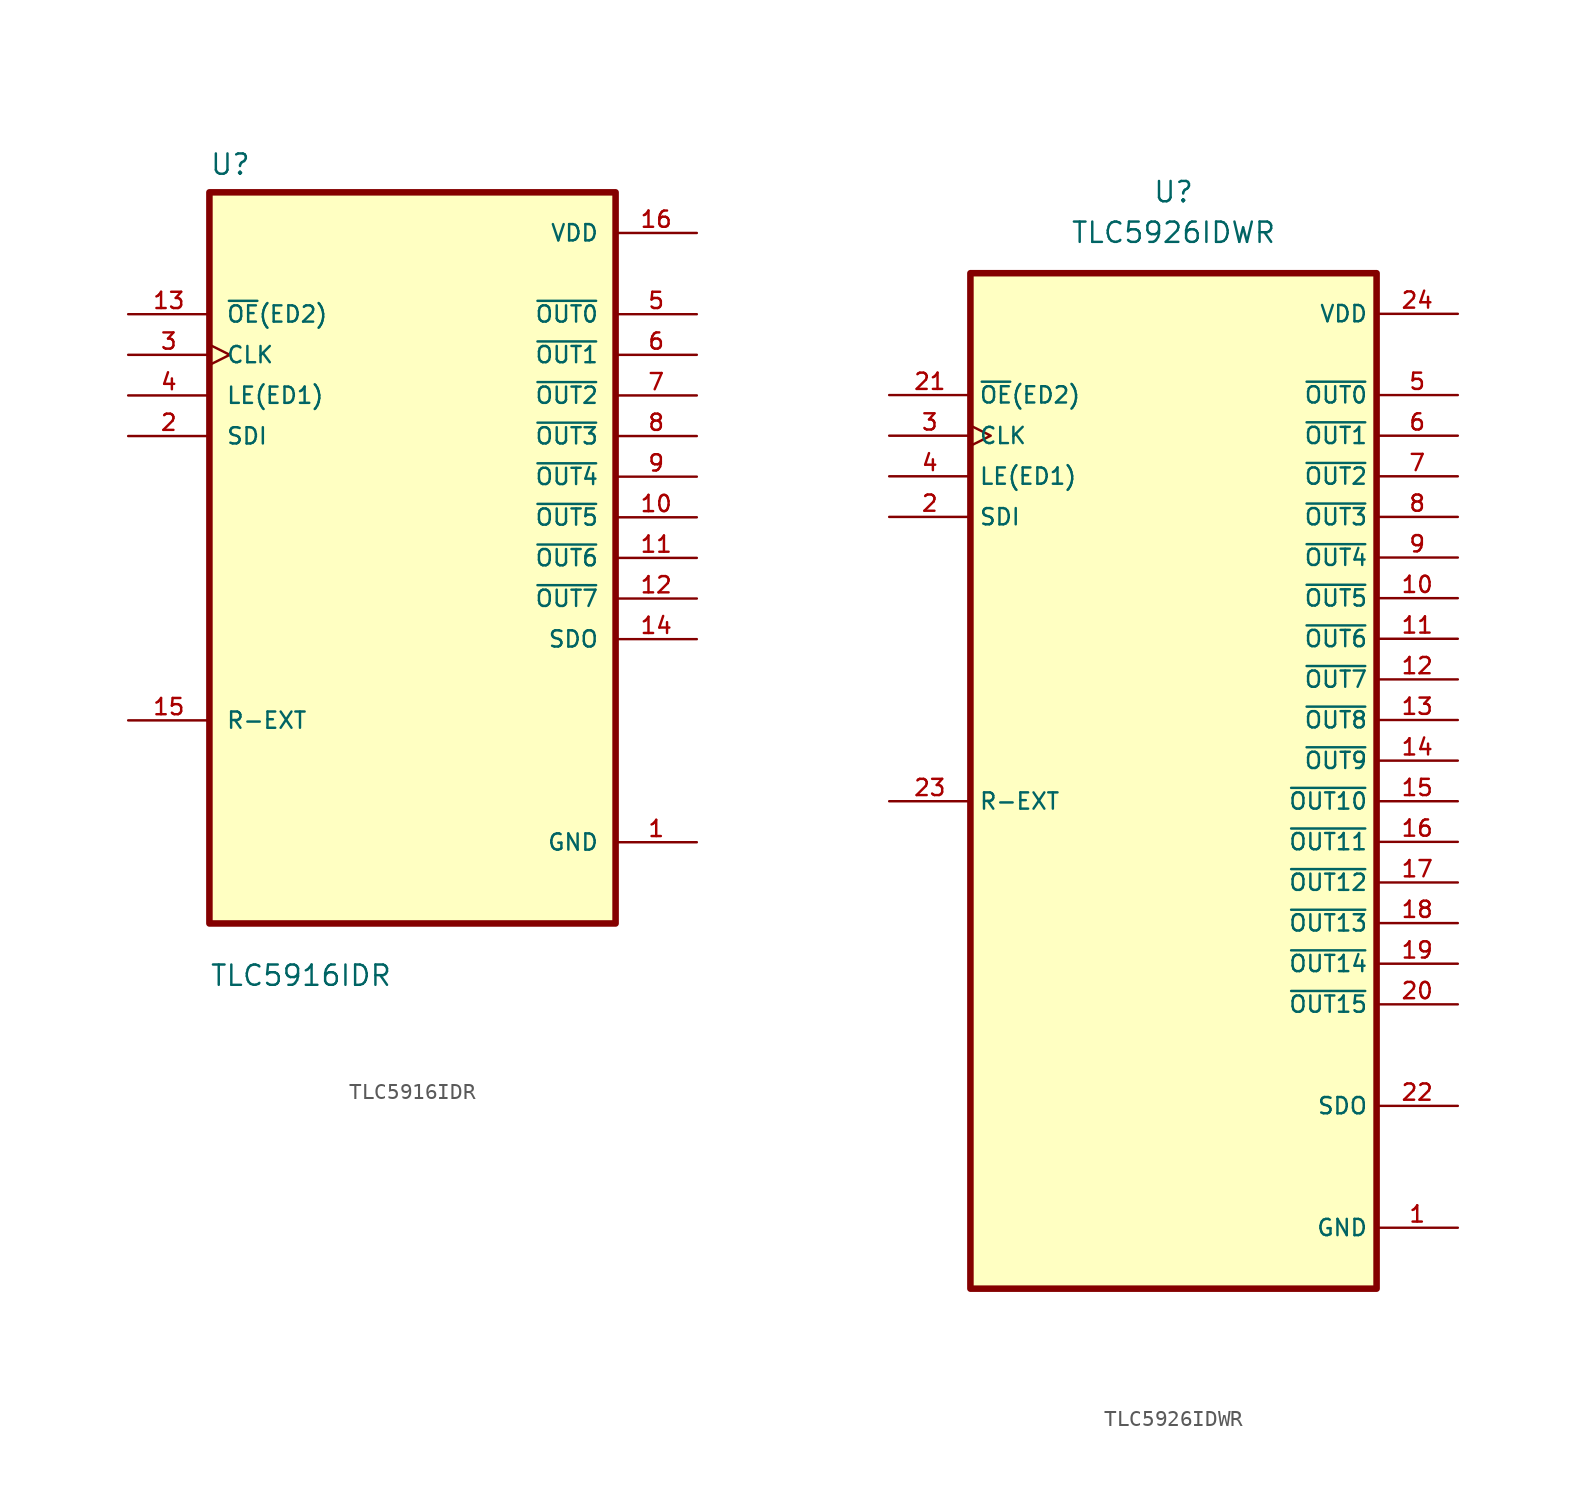
<source format=kicad_sym>
(kicad_symbol_lib
  (version 20211014)
  (generator kicad_symbol_editor)
  (symbol "TLC5916IDR"
    (pin_names
      (offset 1.016))
    (property "Reference" "U"
      (at -12.7 23.86 0)
      (effects (font (size 1.27 1.27)) (justify left bottom)))
    (property "Value" "TLC5916IDR"
      (at -12.7 -26.86 0)
      (effects (font (size 1.27 1.27)) (justify left bottom)))
    (symbol "TLC5916IDR_0_0"
      (rectangle (start -12.7 -22.86) (end 12.7 22.86) (stroke (width 0.41) (type default) (color 0 0 0 0)) (fill (type background)))
      (pin power_in line (at 17.78 -17.78 180) (length 5.08) (name "GND" (effects (font (size 1.016 1.016)))) (number "1" (effects (font (size 1.016 1.016)))))
      (pin output line (at 17.78 2.54 180) (length 5.08) (name "~{OUT5}" (effects (font (size 1.016 1.016)))) (number "10" (effects (font (size 1.016 1.016)))))
      (pin output line (at 17.78 0 180) (length 5.08) (name "~{OUT6}" (effects (font (size 1.016 1.016)))) (number "11" (effects (font (size 1.016 1.016)))))
      (pin output line (at 17.78 -2.54 180) (length 5.08) (name "~{OUT7}" (effects (font (size 1.016 1.016)))) (number "12" (effects (font (size 1.016 1.016)))))
      (pin input line (at -17.78 15.24 0) (length 5.08) (name "~{OE}(ED2)" (effects (font (size 1.016 1.016)))) (number "13" (effects (font (size 1.016 1.016)))))
      (pin output line (at 17.78 -5.08 180) (length 5.08) (name "SDO" (effects (font (size 1.016 1.016)))) (number "14" (effects (font (size 1.016 1.016)))))
      (pin bidirectional line (at -17.78 -10.16 0) (length 5.08) (name "R-EXT" (effects (font (size 1.016 1.016)))) (number "15" (effects (font (size 1.016 1.016)))))
      (pin power_in line (at 17.78 20.32 180) (length 5.08) (name "VDD" (effects (font (size 1.016 1.016)))) (number "16" (effects (font (size 1.016 1.016)))))
      (pin input line (at -17.78 7.62 0) (length 5.08) (name "SDI" (effects (font (size 1.016 1.016)))) (number "2" (effects (font (size 1.016 1.016)))))
      (pin input clock (at -17.78 12.7 0) (length 5.08) (name "CLK" (effects (font (size 1.016 1.016)))) (number "3" (effects (font (size 1.016 1.016)))))
      (pin input line (at -17.78 10.16 0) (length 5.08) (name "LE(ED1)" (effects (font (size 1.016 1.016)))) (number "4" (effects (font (size 1.016 1.016)))))
      (pin output line (at 17.78 15.24 180) (length 5.08) (name "~{OUT0}" (effects (font (size 1.016 1.016)))) (number "5" (effects (font (size 1.016 1.016)))))
      (pin output line (at 17.78 12.7 180) (length 5.08) (name "~{OUT1}" (effects (font (size 1.016 1.016)))) (number "6" (effects (font (size 1.016 1.016)))))
      (pin output line (at 17.78 10.16 180) (length 5.08) (name "~{OUT2}" (effects (font (size 1.016 1.016)))) (number "7" (effects (font (size 1.016 1.016)))))
      (pin output line (at 17.78 7.62 180) (length 5.08) (name "~{OUT3}" (effects (font (size 1.016 1.016)))) (number "8" (effects (font (size 1.016 1.016)))))
      (pin output line (at 17.78 5.08 180) (length 5.08) (name "~{OUT4}" (effects (font (size 1.016 1.016)))) (number "9" (effects (font (size 1.016 1.016)))))))
  (symbol "TLC5926IDWR"
    (property "Reference" "U"
      (at 0 27.94 0)
      (effects (font (size 1.27 1.27))))
    (property "Value" "TLC5926IDWR"
      (at 0 25.4 0)
      (effects (font (size 1.27 1.27))))
    (symbol "TLC5926IDWR_0_0"
      (rectangle (start -12.7 22.86) (end 12.7 -40.64) (stroke (width 0.41) (type default) (color 0 0 0 0)) (fill (type background)))
      (pin power_in line (at 17.78 -36.83 180) (length 5.08) (name "GND" (effects (font (size 1.016 1.016)))) (number "1" (effects (font (size 1.016 1.016)))))
      (pin output line (at 17.78 2.54 180) (length 5.08) (name "~{OUT5}" (effects (font (size 1.016 1.016)))) (number "10" (effects (font (size 1.016 1.016)))))
      (pin output line (at 17.78 0 180) (length 5.08) (name "~{OUT6}" (effects (font (size 1.016 1.016)))) (number "11" (effects (font (size 1.016 1.016)))))
      (pin output line (at 17.78 -2.54 180) (length 5.08) (name "~{OUT7}" (effects (font (size 1.016 1.016)))) (number "12" (effects (font (size 1.016 1.016)))))
      (pin output line (at 17.78 -5.08 180) (length 5.08) (name "~{OUT8}" (effects (font (size 1.016 1.016)))) (number "13" (effects (font (size 1.016 1.016)))))
      (pin output line (at 17.78 -7.62 180) (length 5.08) (name "~{OUT9}" (effects (font (size 1.016 1.016)))) (number "14" (effects (font (size 1.016 1.016)))))
      (pin output line (at 17.78 -10.16 180) (length 5.08) (name "~{OUT10}" (effects (font (size 1.016 1.016)))) (number "15" (effects (font (size 1.016 1.016)))))
      (pin output line (at 17.78 -12.7 180) (length 5.08) (name "~{OUT11}" (effects (font (size 1.016 1.016)))) (number "16" (effects (font (size 1.016 1.016)))))
      (pin output line (at 17.78 -15.24 180) (length 5.08) (name "~{OUT12}" (effects (font (size 1.016 1.016)))) (number "17" (effects (font (size 1.016 1.016)))))
      (pin output line (at 17.78 -17.78 180) (length 5.08) (name "~{OUT13}" (effects (font (size 1.016 1.016)))) (number "18" (effects (font (size 1.016 1.016)))))
      (pin output line (at 17.78 -20.32 180) (length 5.08) (name "~{OUT14}" (effects (font (size 1.016 1.016)))) (number "19" (effects (font (size 1.016 1.016)))))
      (pin input line (at -17.78 7.62 0) (length 5.08) (name "SDI" (effects (font (size 1.016 1.016)))) (number "2" (effects (font (size 1.016 1.016)))))
      (pin output line (at 17.78 -22.86 180) (length 5.08) (name "~{OUT15}" (effects (font (size 1.016 1.016)))) (number "20" (effects (font (size 1.016 1.016)))))
      (pin input line (at -17.78 15.24 0) (length 5.08) (name "~{OE}(ED2)" (effects (font (size 1.016 1.016)))) (number "21" (effects (font (size 1.016 1.016)))))
      (pin output line (at 17.78 -29.21 180) (length 5.08) (name "SDO" (effects (font (size 1.016 1.016)))) (number "22" (effects (font (size 1.016 1.016)))))
      (pin bidirectional line (at -17.78 -10.16 0) (length 5.08) (name "R-EXT" (effects (font (size 1.016 1.016)))) (number "23" (effects (font (size 1.016 1.016)))))
      (pin power_in line (at 17.78 20.32 180) (length 5.08) (name "VDD" (effects (font (size 1.016 1.016)))) (number "24" (effects (font (size 1.016 1.016)))))
      (pin input clock (at -17.78 12.7 0) (length 5.08) (name "CLK" (effects (font (size 1.016 1.016)))) (number "3" (effects (font (size 1.016 1.016)))))
      (pin input line (at -17.78 10.16 0) (length 5.08) (name "LE(ED1)" (effects (font (size 1.016 1.016)))) (number "4" (effects (font (size 1.016 1.016)))))
      (pin output line (at 17.78 15.24 180) (length 5.08) (name "~{OUT0}" (effects (font (size 1.016 1.016)))) (number "5" (effects (font (size 1.016 1.016)))))
      (pin output line (at 17.78 12.7 180) (length 5.08) (name "~{OUT1}" (effects (font (size 1.016 1.016)))) (number "6" (effects (font (size 1.016 1.016)))))
      (pin output line (at 17.78 10.16 180) (length 5.08) (name "~{OUT2}" (effects (font (size 1.016 1.016)))) (number "7" (effects (font (size 1.016 1.016)))))
      (pin output line (at 17.78 7.62 180) (length 5.08) (name "~{OUT3}" (effects (font (size 1.016 1.016)))) (number "8" (effects (font (size 1.016 1.016)))))
      (pin output line (at 17.78 5.08 180) (length 5.08) (name "~{OUT4}" (effects (font (size 1.016 1.016)))) (number "9" (effects (font (size 1.016 1.016))))))))
</source>
